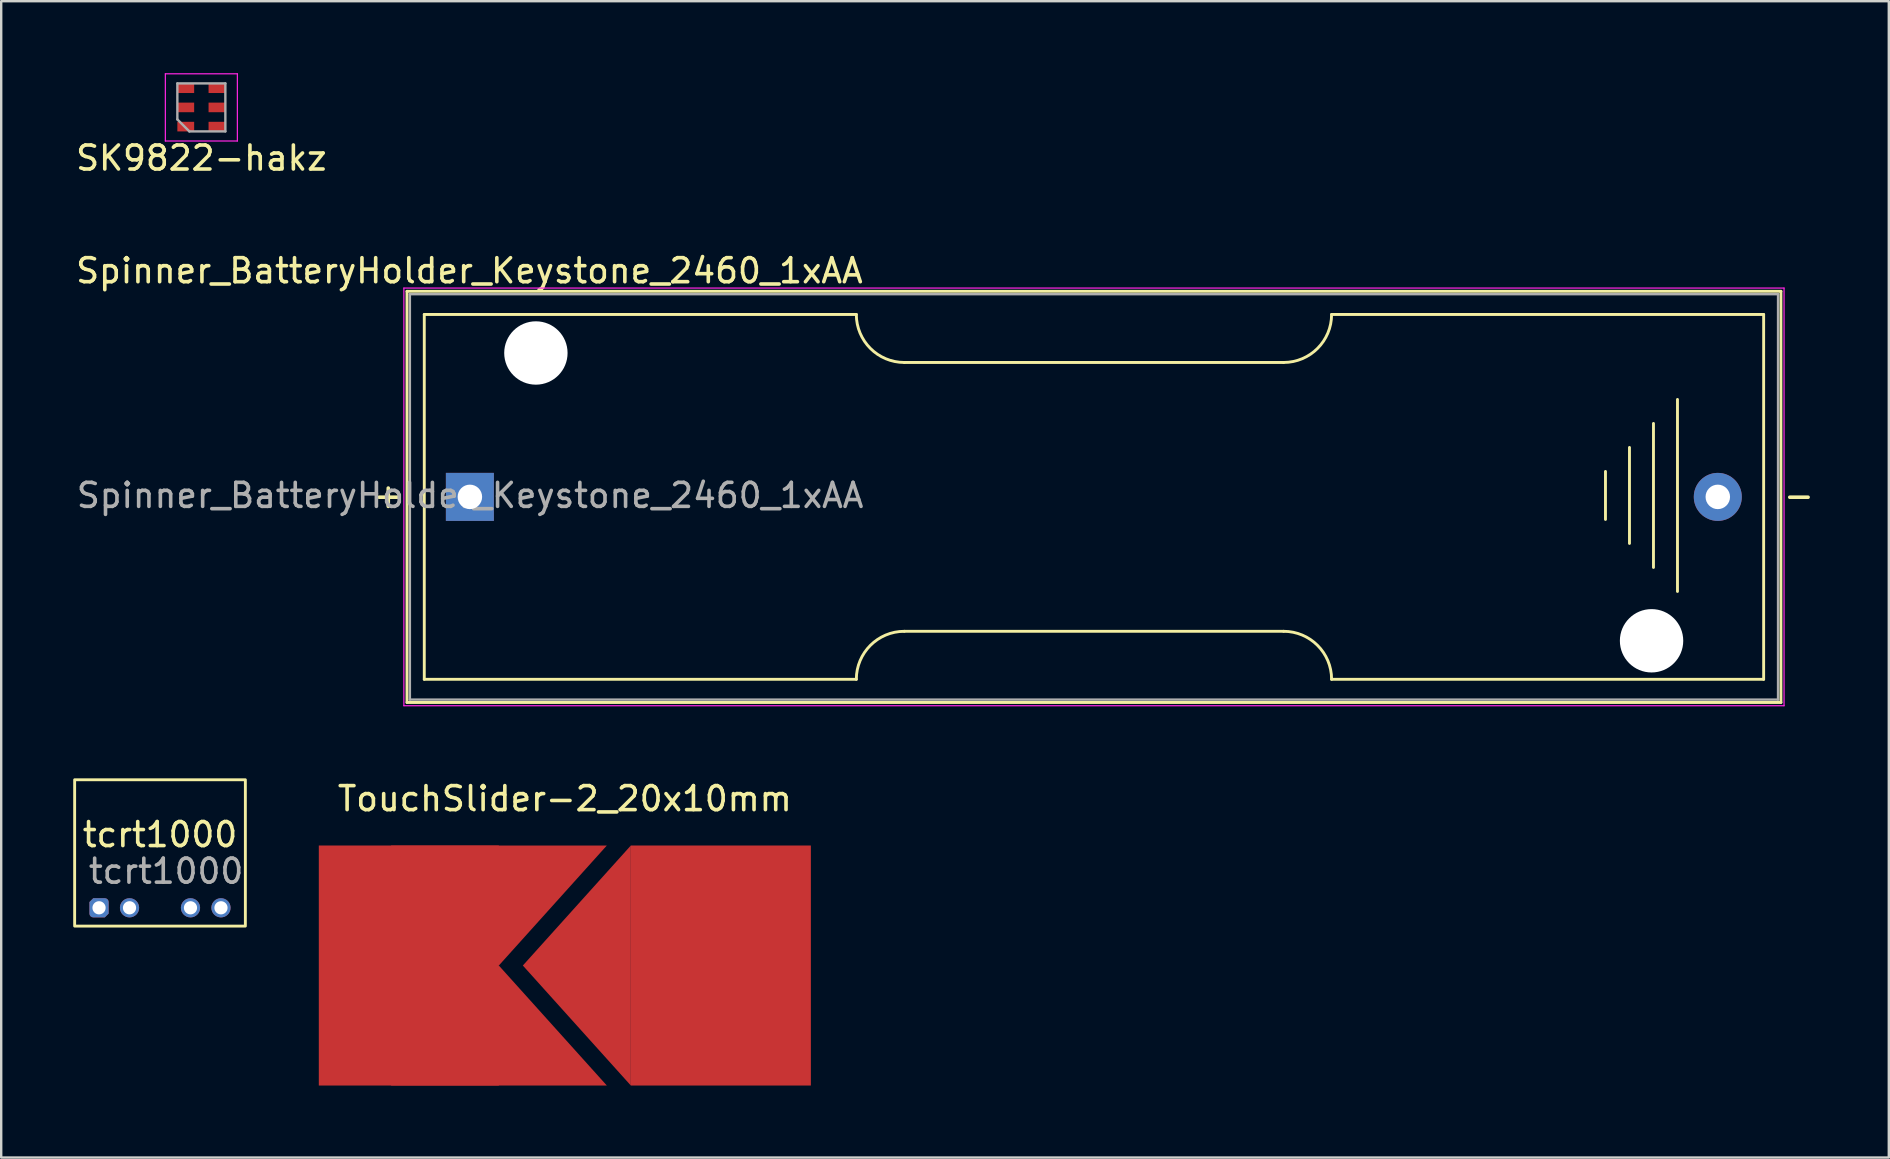
<source format=kicad_pcb>
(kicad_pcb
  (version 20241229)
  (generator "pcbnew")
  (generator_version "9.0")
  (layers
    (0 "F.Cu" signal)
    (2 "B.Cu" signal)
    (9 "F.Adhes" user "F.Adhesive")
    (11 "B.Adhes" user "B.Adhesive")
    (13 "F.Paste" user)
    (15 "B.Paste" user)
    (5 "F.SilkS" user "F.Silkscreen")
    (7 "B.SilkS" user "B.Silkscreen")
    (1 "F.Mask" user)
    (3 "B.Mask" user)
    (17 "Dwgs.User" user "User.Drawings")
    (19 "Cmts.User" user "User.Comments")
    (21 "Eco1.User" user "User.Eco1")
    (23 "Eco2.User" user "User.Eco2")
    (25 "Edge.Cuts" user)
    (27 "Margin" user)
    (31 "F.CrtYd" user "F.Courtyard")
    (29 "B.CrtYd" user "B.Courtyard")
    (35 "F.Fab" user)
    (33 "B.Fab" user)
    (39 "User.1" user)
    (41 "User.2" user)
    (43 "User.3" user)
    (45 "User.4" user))
  (footprint "Spinner_BatteryHolder_Keystone_2460_1xAA"
    (layer "F.Cu")
    (at 42.626 17.591)
    (property "Reference" "Spinner_BatteryHolder_Keystone_2460_1xAA" (at -26.12 -9.36 0) (layer "F.SilkS") (effects (font (size 1 1) (thickness 0.15))))
    (attr through_hole)
    (fp_line (start -28.72 -8.505) (end 28.52 -8.505) (stroke (width 0.12) (type solid)) (layer "F.SilkS"))
    (fp_line (start -28.72 8.625) (end -28.72 -8.505) (stroke (width 0.12) (type solid)) (layer "F.SilkS"))
    (fp_line (start -28 -7.54) (end -28 7.66) (stroke (width 0.12) (type solid)) (layer "F.SilkS"))
    (fp_line (start -28 -7.54) (end -10 -7.54) (stroke (width 0.12) (type solid)) (layer "F.SilkS"))
    (fp_line (start -28 7.66) (end -10 7.66) (stroke (width 0.12) (type solid)) (layer "F.SilkS"))
    (fp_line (start -8 -5.54) (end 7.8 -5.54) (stroke (width 0.12) (type solid)) (layer "F.SilkS"))
    (fp_line (start 7.8 5.66) (end -8 5.66) (stroke (width 0.12) (type solid)) (layer "F.SilkS"))
    (fp_line (start 9.8 -7.54) (end 27.8 -7.54) (stroke (width 0.12) (type solid)) (layer "F.SilkS"))
    (fp_line (start 9.8 7.66) (end 27.8 7.66) (stroke (width 0.12) (type solid)) (layer "F.SilkS"))
    (fp_line (start 21.21 -1) (end 21.21 1) (stroke (width 0.12) (type solid)) (layer "F.SilkS"))
    (fp_line (start 22.21 -2) (end 22.21 2) (stroke (width 0.12) (type solid)) (layer "F.SilkS"))
    (fp_line (start 23.21 3) (end 23.21 -3) (stroke (width 0.12) (type solid)) (layer "F.SilkS"))
    (fp_line (start 24.21 -4) (end 24.21 4) (stroke (width 0.12) (type solid)) (layer "F.SilkS"))
    (fp_line (start 27.8 -7.54) (end 27.8 7.66) (stroke (width 0.12) (type solid)) (layer "F.SilkS"))
    (fp_line (start 28.52 -8.505) (end 28.52 8.625) (stroke (width 0.12) (type solid)) (layer "F.SilkS"))
    (fp_line (start 28.52 8.625) (end -28.72 8.625) (stroke (width 0.12) (type solid)) (layer "F.SilkS"))
    (fp_arc (start -10 7.66) (mid -9.414214 6.245786) (end -8 5.66) (stroke (width 0.12) (type solid)) (layer "F.SilkS"))
    (fp_arc (start -8 -5.54) (mid -9.414214 -6.125786) (end -10 -7.54) (stroke (width 0.12) (type solid)) (layer "F.SilkS"))
    (fp_arc (start 7.8 5.66) (mid 9.214214 6.245786) (end 9.8 7.66) (stroke (width 0.12) (type solid)) (layer "F.SilkS"))
    (fp_arc (start 9.8 -7.54) (mid 9.214214 -6.125786) (end 7.8 -5.54) (stroke (width 0.12) (type solid)) (layer "F.SilkS"))
    (fp_line (start -28.85 -8.64) (end 28.65 -8.64) (stroke (width 0.05) (type solid)) (layer "F.CrtYd"))
    (fp_line (start -28.85 8.76) (end -28.85 -8.64) (stroke (width 0.05) (type solid)) (layer "F.CrtYd"))
    (fp_line (start 28.65 -8.64) (end 28.65 8.76) (stroke (width 0.05) (type solid)) (layer "F.CrtYd"))
    (fp_line (start 28.65 8.76) (end -28.85 8.76) (stroke (width 0.05) (type solid)) (layer "F.CrtYd"))
    (fp_line (start -28.6 -8.385) (end -28.6 8.505) (stroke (width 0.1) (type solid)) (layer "F.Fab"))
    (fp_line (start -28.6 8.505) (end 28.4 8.505) (stroke (width 0.1) (type solid)) (layer "F.Fab"))
    (fp_line (start 28.4 -8.385) (end -28.6 -8.385) (stroke (width 0.1) (type solid)) (layer "F.Fab"))
    (fp_line (start 28.4 8.505) (end 28.4 -8.385) (stroke (width 0.1) (type solid)) (layer "F.Fab"))
    (fp_text user "-" (at 29.27 0 0) (layer "F.SilkS") (effects (font (size 1 1) (thickness 0.15))))
    (fp_text user "+" (at -29.5 0 0) (layer "F.SilkS") (effects (font (size 1 1) (thickness 0.15))))
    (fp_text user "${REFERENCE}" (at -26.09 0 0) (layer "F.Fab") (effects (font (size 1 1) (thickness 0.15))))
    (pad "" np_thru_hole circle (at -23.35 -5.935 90) (size 2.64 2.64) (drill 2.64) (layers "*.Cu" "*.Mask"))
    (pad "" np_thru_hole circle (at 23.13 6.055) (size 2.64 2.64) (drill 2.64) (layers "*.Cu" "*.Mask"))
    (pad "1" thru_hole rect (at -26.1 0.06 180) (size 2 2) (drill 1.02) (layers "*.Cu" "*.Mask"))
    (pad "2" thru_hole circle (at 25.89 0.06 180) (size 2 2) (drill 1.02) (layers "*.Cu" "*.Mask")))
  (footprint "tcrt1000"
    (layer "F.Cu")
    (at 3.616 34.77)
    (property "Reference" "tcrt1000" (at 0 -3.048 0) (unlocked yes) (layer "F.SilkS") (effects (font (size 1 1) (thickness 0.15))))
    (attr through_hole)
    (fp_rect (start -3.556 -5.334) (end 3.556 0.762) (stroke (width 0.12) (type solid)) (fill no) (layer "F.SilkS"))
    (fp_text user "${REFERENCE}" (at 0.254 -1.524 0) (unlocked yes) (layer "F.Fab") (effects (font (size 1 1) (thickness 0.15))))
    (pad "1" thru_hole roundrect (at -2.54 0) (size 0.8 0.8) (drill 0.55) (layers "*.Cu" "*.Mask") (roundrect_rratio 0.2) (chamfer_ratio 0.2) (chamfer top_left bottom_right))
    (pad "2" thru_hole circle (at -1.27 0) (size 0.8 0.8) (drill 0.55) (layers "*.Cu" "*.Mask"))
    (pad "3" thru_hole circle (at 2.54 0) (size 0.8 0.8) (drill 0.55) (layers "*.Cu" "*.Mask"))
    (pad "4" thru_hole circle (at 1.27 0) (size 0.8 0.8) (drill 0.55) (layers "*.Cu" "*.Mask")))
  (footprint "TouchSlider-2_20x10mm"
    (layer "F.Cu")
    (at 20.482 37.175)
    (property "Reference" "TouchSlider-2_20x10mm" (at 0 -6.95 0) (layer "F.SilkS") (effects (font (size 1 1) (thickness 0.15))))
    (attr smd)
    (pad "1" smd rect (at -6.5 0) (size 7.5 10) (layers "F.Cu" "F.Mask"))
    (pad "1" smd trapezoid (at -2.75 -2.5) (size 4.5 5) (rect_delta 0 -4.5) (layers "F.Cu" "F.Mask"))
    (pad "1" smd trapezoid (at -2.75 2.5) (size 4.5 5) (rect_delta 0 4.5) (layers "F.Cu" "F.Mask"))
    (pad "2" smd trapezoid (at 0.5 0) (size 4.5 5) (rect_delta -5 0) (layers "F.Cu" "F.Mask"))
    (pad "2" smd rect (at 6.5 0) (size 7.5 10) (layers "F.Cu" "F.Mask")))
  (footprint "SK9822-hakz"
    (layer "F.Cu")
    (at 5.339 1.425)
    (property "Reference" "SK9822-hakz" (at 0 2.11 0) (layer "F.SilkS") (effects (font (size 1 1) (thickness 0.15))))
    (attr smd)
    (fp_line (start -1.5 -1.4) (end -1.5 1.4) (stroke (width 0.05) (type solid)) (layer "F.CrtYd"))
    (fp_line (start -1.5 -1.4) (end 1.5 -1.4) (stroke (width 0.05) (type solid)) (layer "F.CrtYd"))
    (fp_line (start 1.5 -1.4) (end 1.5 1.4) (stroke (width 0.05) (type solid)) (layer "F.CrtYd"))
    (fp_line (start 1.5 1.4) (end -1.5 1.4) (stroke (width 0.05) (type solid)) (layer "F.CrtYd"))
    (fp_line (start -1 -1) (end 1 -1) (stroke (width 0.1) (type solid)) (layer "F.Fab"))
    (fp_line (start -1 0.5) (end -1 -1) (stroke (width 0.1) (type solid)) (layer "F.Fab"))
    (fp_line (start -1 0.5) (end -0.5 1) (stroke (width 0.1) (type solid)) (layer "F.Fab"))
    (fp_line (start 1 -1) (end 1 1) (stroke (width 0.1) (type solid)) (layer "F.Fab"))
    (fp_line (start 1 1) (end -0.5 1) (stroke (width 0.1) (type solid)) (layer "F.Fab"))
    (pad "1" smd rect (at -0.65 0.8) (size 0.7 0.4) (layers "F.Cu" "F.Mask" "F.Paste"))
    (pad "2" smd rect (at 0.65 0.8) (size 0.7 0.4) (layers "F.Cu" "F.Mask" "F.Paste"))
    (pad "3" smd rect (at -0.65 0) (size 0.7 0.4) (layers "F.Cu" "F.Mask" "F.Paste"))
    (pad "4" smd rect (at 0.65 0) (size 0.7 0.4) (layers "F.Cu" "F.Mask" "F.Paste"))
    (pad "5" smd rect (at 0.65 -0.8) (size 0.7 0.4) (layers "F.Cu" "F.Mask" "F.Paste"))
    (pad "6" smd rect (at -0.65 -0.8) (size 0.7 0.4) (layers "F.Cu" "F.Mask" "F.Paste")))
  (gr_rect
    (start -3 -3)
    (end 75.64 45.175)
    (stroke (width 0.1) (type default))
    (fill no)
    (layer "Edge.Cuts")))
</source>
